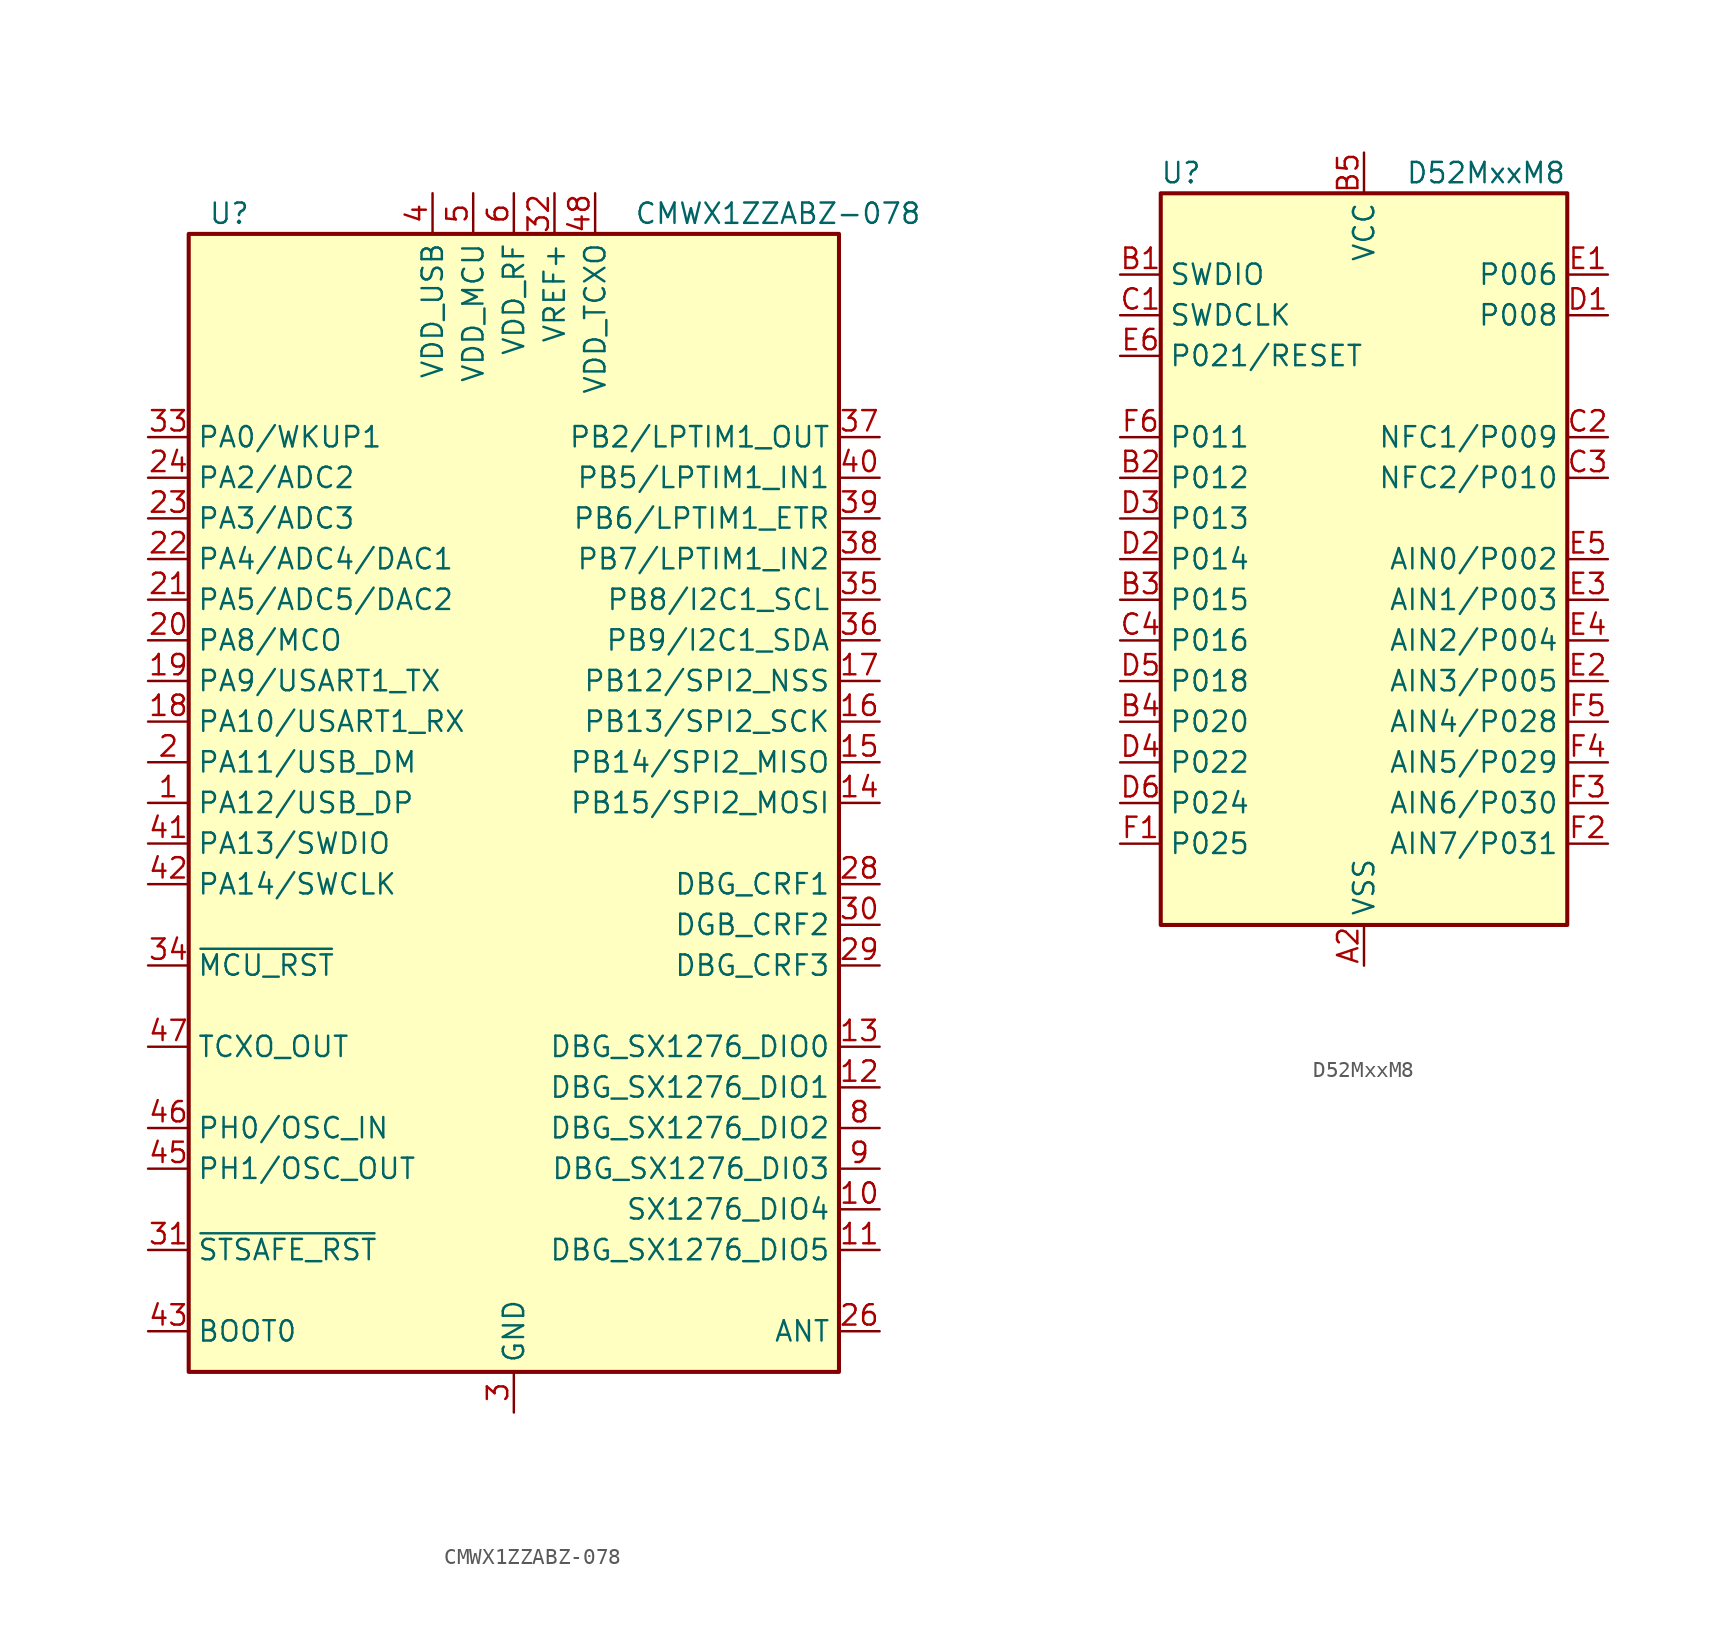
<source format=kicad_sym>
(kicad_symbol_lib
  (version 20211014)
  (generator kicad_symbol_editor)
  (symbol "CMWX1ZZABZ-078"
    (property "Reference" "U"
      (at -17.78 36.83 0)
      (effects (font (size 1.27 1.27))))
    (property "Value" "CMWX1ZZABZ-078"
      (at 16.51 36.83 0)
      (effects (font (size 1.27 1.27))))
    (symbol "CMWX1ZZABZ-078_0_1"
      (rectangle (start -20.32 35.56) (end 20.32 -35.56) (stroke (width 0.254) (type default) (color 0 0 0 0)) (fill (type background))))
    (symbol "CMWX1ZZABZ-078_1_1"
      (pin bidirectional line (at -22.86 0 0) (length 2.54) (name "PA12/USB_DP" (effects (font (size 1.27 1.27)))) (number "1" (effects (font (size 1.27 1.27)))))
      (pin bidirectional line (at 22.86 -25.4 180) (length 2.54) (name "SX1276_DIO4" (effects (font (size 1.27 1.27)))) (number "10" (effects (font (size 1.27 1.27)))))
      (pin bidirectional line (at 22.86 -27.94 180) (length 2.54) (name "DBG_SX1276_DIO5" (effects (font (size 1.27 1.27)))) (number "11" (effects (font (size 1.27 1.27)))))
      (pin bidirectional line (at 22.86 -17.78 180) (length 2.54) (name "DBG_SX1276_DIO1" (effects (font (size 1.27 1.27)))) (number "12" (effects (font (size 1.27 1.27)))))
      (pin bidirectional line (at 22.86 -15.24 180) (length 2.54) (name "DBG_SX1276_DIO0" (effects (font (size 1.27 1.27)))) (number "13" (effects (font (size 1.27 1.27)))))
      (pin bidirectional line (at 22.86 0 180) (length 2.54) (name "PB15/SPI2_MOSI" (effects (font (size 1.27 1.27)))) (number "14" (effects (font (size 1.27 1.27)))))
      (pin bidirectional line (at 22.86 2.54 180) (length 2.54) (name "PB14/SPI2_MISO" (effects (font (size 1.27 1.27)))) (number "15" (effects (font (size 1.27 1.27)))))
      (pin bidirectional line (at 22.86 5.08 180) (length 2.54) (name "PB13/SPI2_SCK" (effects (font (size 1.27 1.27)))) (number "16" (effects (font (size 1.27 1.27)))))
      (pin bidirectional line (at 22.86 7.62 180) (length 2.54) (name "PB12/SPI2_NSS" (effects (font (size 1.27 1.27)))) (number "17" (effects (font (size 1.27 1.27)))))
      (pin bidirectional line (at -22.86 5.08 0) (length 2.54) (name "PA10/USART1_RX" (effects (font (size 1.27 1.27)))) (number "18" (effects (font (size 1.27 1.27)))))
      (pin bidirectional line (at -22.86 7.62 0) (length 2.54) (name "PA9/USART1_TX" (effects (font (size 1.27 1.27)))) (number "19" (effects (font (size 1.27 1.27)))))
      (pin bidirectional line (at -22.86 2.54 0) (length 2.54) (name "PA11/USB_DM" (effects (font (size 1.27 1.27)))) (number "2" (effects (font (size 1.27 1.27)))))
      (pin bidirectional line (at -22.86 10.16 0) (length 2.54) (name "PA8/MCO" (effects (font (size 1.27 1.27)))) (number "20" (effects (font (size 1.27 1.27)))))
      (pin bidirectional line (at -22.86 12.7 0) (length 2.54) (name "PA5/ADC5/DAC2" (effects (font (size 1.27 1.27)))) (number "21" (effects (font (size 1.27 1.27)))))
      (pin bidirectional line (at -22.86 15.24 0) (length 2.54) (name "PA4/ADC4/DAC1" (effects (font (size 1.27 1.27)))) (number "22" (effects (font (size 1.27 1.27)))))
      (pin bidirectional line (at -22.86 17.78 0) (length 2.54) (name "PA3/ADC3" (effects (font (size 1.27 1.27)))) (number "23" (effects (font (size 1.27 1.27)))))
      (pin bidirectional line (at -22.86 20.32 0) (length 2.54) (name "PA2/ADC2" (effects (font (size 1.27 1.27)))) (number "24" (effects (font (size 1.27 1.27)))))
      (pin passive line (at 0 -38.1 90) (length 2.54) hide (name "GND" (effects (font (size 1.27 1.27)))) (number "25" (effects (font (size 1.27 1.27)))))
      (pin passive line (at 22.86 -33.02 180) (length 2.54) (name "ANT" (effects (font (size 1.27 1.27)))) (number "26" (effects (font (size 1.27 1.27)))))
      (pin passive line (at 0 -38.1 90) (length 2.54) hide (name "GND" (effects (font (size 1.27 1.27)))) (number "27" (effects (font (size 1.27 1.27)))))
      (pin passive line (at 22.86 -5.08 180) (length 2.54) (name "DBG_CRF1" (effects (font (size 1.27 1.27)))) (number "28" (effects (font (size 1.27 1.27)))))
      (pin passive line (at 22.86 -10.16 180) (length 2.54) (name "DBG_CRF3" (effects (font (size 1.27 1.27)))) (number "29" (effects (font (size 1.27 1.27)))))
      (pin power_in line (at 0 -38.1 90) (length 2.54) (name "GND" (effects (font (size 1.27 1.27)))) (number "3" (effects (font (size 1.27 1.27)))))
      (pin passive line (at 22.86 -7.62 180) (length 2.54) (name "DGB_CRF2" (effects (font (size 1.27 1.27)))) (number "30" (effects (font (size 1.27 1.27)))))
      (pin passive line (at -22.86 -27.94 0) (length 2.54) (name "~{STSAFE_RST}" (effects (font (size 1.27 1.27)))) (number "31" (effects (font (size 1.27 1.27)))))
      (pin power_in line (at 2.54 38.1 270) (length 2.54) (name "VREF+" (effects (font (size 1.27 1.27)))) (number "32" (effects (font (size 1.27 1.27)))))
      (pin bidirectional line (at -22.86 22.86 0) (length 2.54) (name "PA0/WKUP1" (effects (font (size 1.27 1.27)))) (number "33" (effects (font (size 1.27 1.27)))))
      (pin input line (at -22.86 -10.16 0) (length 2.54) (name "~{MCU_RST}" (effects (font (size 1.27 1.27)))) (number "34" (effects (font (size 1.27 1.27)))))
      (pin bidirectional line (at 22.86 12.7 180) (length 2.54) (name "PB8/I2C1_SCL" (effects (font (size 1.27 1.27)))) (number "35" (effects (font (size 1.27 1.27)))))
      (pin bidirectional line (at 22.86 10.16 180) (length 2.54) (name "PB9/I2C1_SDA" (effects (font (size 1.27 1.27)))) (number "36" (effects (font (size 1.27 1.27)))))
      (pin bidirectional line (at 22.86 22.86 180) (length 2.54) (name "PB2/LPTIM1_OUT" (effects (font (size 1.27 1.27)))) (number "37" (effects (font (size 1.27 1.27)))))
      (pin bidirectional line (at 22.86 15.24 180) (length 2.54) (name "PB7/LPTIM1_IN2" (effects (font (size 1.27 1.27)))) (number "38" (effects (font (size 1.27 1.27)))))
      (pin bidirectional line (at 22.86 17.78 180) (length 2.54) (name "PB6/LPTIM1_ETR" (effects (font (size 1.27 1.27)))) (number "39" (effects (font (size 1.27 1.27)))))
      (pin power_in line (at -5.08 38.1 270) (length 2.54) (name "VDD_USB" (effects (font (size 1.27 1.27)))) (number "4" (effects (font (size 1.27 1.27)))))
      (pin bidirectional line (at 22.86 20.32 180) (length 2.54) (name "PB5/LPTIM1_IN1" (effects (font (size 1.27 1.27)))) (number "40" (effects (font (size 1.27 1.27)))))
      (pin bidirectional line (at -22.86 -2.54 0) (length 2.54) (name "PA13/SWDIO" (effects (font (size 1.27 1.27)))) (number "41" (effects (font (size 1.27 1.27)))))
      (pin bidirectional line (at -22.86 -5.08 0) (length 2.54) (name "PA14/SWCLK" (effects (font (size 1.27 1.27)))) (number "42" (effects (font (size 1.27 1.27)))))
      (pin input line (at -22.86 -33.02 0) (length 2.54) (name "BOOT0" (effects (font (size 1.27 1.27)))) (number "43" (effects (font (size 1.27 1.27)))))
      (pin passive line (at 0 -38.1 90) (length 2.54) hide (name "GND" (effects (font (size 1.27 1.27)))) (number "44" (effects (font (size 1.27 1.27)))))
      (pin bidirectional line (at -22.86 -22.86 0) (length 2.54) (name "PH1/OSC_OUT" (effects (font (size 1.27 1.27)))) (number "45" (effects (font (size 1.27 1.27)))))
      (pin bidirectional line (at -22.86 -20.32 0) (length 2.54) (name "PH0/OSC_IN" (effects (font (size 1.27 1.27)))) (number "46" (effects (font (size 1.27 1.27)))))
      (pin output line (at -22.86 -15.24 0) (length 2.54) (name "TCXO_OUT" (effects (font (size 1.27 1.27)))) (number "47" (effects (font (size 1.27 1.27)))))
      (pin power_in line (at 5.08 38.1 270) (length 2.54) (name "VDD_TCXO" (effects (font (size 1.27 1.27)))) (number "48" (effects (font (size 1.27 1.27)))))
      (pin passive line (at 0 -38.1 90) (length 2.54) hide (name "GND" (effects (font (size 1.27 1.27)))) (number "49" (effects (font (size 1.27 1.27)))))
      (pin power_in line (at -2.54 38.1 270) (length 2.54) (name "VDD_MCU" (effects (font (size 1.27 1.27)))) (number "5" (effects (font (size 1.27 1.27)))))
      (pin passive line (at 0 -38.1 90) (length 2.54) hide (name "GND" (effects (font (size 1.27 1.27)))) (number "50" (effects (font (size 1.27 1.27)))))
      (pin passive line (at 0 -38.1 90) (length 2.54) hide (name "GND" (effects (font (size 1.27 1.27)))) (number "51" (effects (font (size 1.27 1.27)))))
      (pin passive line (at 0 -38.1 90) (length 2.54) hide (name "GND" (effects (font (size 1.27 1.27)))) (number "52" (effects (font (size 1.27 1.27)))))
      (pin passive line (at 0 -38.1 90) (length 2.54) hide (name "GND" (effects (font (size 1.27 1.27)))) (number "53" (effects (font (size 1.27 1.27)))))
      (pin passive line (at 0 -38.1 90) (length 2.54) hide (name "GND" (effects (font (size 1.27 1.27)))) (number "54" (effects (font (size 1.27 1.27)))))
      (pin passive line (at 0 -38.1 90) (length 2.54) hide (name "GND" (effects (font (size 1.27 1.27)))) (number "55" (effects (font (size 1.27 1.27)))))
      (pin passive line (at 0 -38.1 90) (length 2.54) hide (name "GND" (effects (font (size 1.27 1.27)))) (number "56" (effects (font (size 1.27 1.27)))))
      (pin passive line (at 0 -38.1 90) (length 2.54) hide (name "GND" (effects (font (size 1.27 1.27)))) (number "57" (effects (font (size 1.27 1.27)))))
      (pin power_in line (at 0 38.1 270) (length 2.54) (name "VDD_RF" (effects (font (size 1.27 1.27)))) (number "6" (effects (font (size 1.27 1.27)))))
      (pin passive line (at 0 -38.1 90) (length 2.54) hide (name "GND" (effects (font (size 1.27 1.27)))) (number "7" (effects (font (size 1.27 1.27)))))
      (pin bidirectional line (at 22.86 -20.32 180) (length 2.54) (name "DBG_SX1276_DIO2" (effects (font (size 1.27 1.27)))) (number "8" (effects (font (size 1.27 1.27)))))
      (pin bidirectional line (at 22.86 -22.86 180) (length 2.54) (name "DBG_SX1276_DI03" (effects (font (size 1.27 1.27)))) (number "9" (effects (font (size 1.27 1.27)))))))
  (symbol "D52MxxM8"
    (property "Reference" "U"
      (at -11.43 24.13 0)
      (effects (font (size 1.27 1.27))))
    (property "Value" "D52MxxM8"
      (at 7.62 24.13 0)
      (effects (font (size 1.27 1.27))))
    (symbol "D52MxxM8_0_1"
      (rectangle (start -12.7 22.86) (end 12.7 -22.86) (stroke (width 0.254) (type default) (color 0 0 0 0)) (fill (type background))))
    (symbol "D52MxxM8_1_1"
      (pin power_in line (at 0 -25.4 90) (length 2.54) (name "VSS" (effects (font (size 1.27 1.27)))) (number "A2" (effects (font (size 1.27 1.27)))))
      (pin passive line (at 0 -25.4 90) (length 2.54) hide (name "VSS" (effects (font (size 1.27 1.27)))) (number "A3" (effects (font (size 1.27 1.27)))))
      (pin passive line (at 0 -25.4 90) (length 2.54) hide (name "VSS" (effects (font (size 1.27 1.27)))) (number "A4" (effects (font (size 1.27 1.27)))))
      (pin passive line (at 0 -25.4 90) (length 2.54) hide (name "VSS" (effects (font (size 1.27 1.27)))) (number "A5" (effects (font (size 1.27 1.27)))))
      (pin passive line (at 0 -25.4 90) (length 2.54) hide (name "VSS" (effects (font (size 1.27 1.27)))) (number "A6" (effects (font (size 1.27 1.27)))))
      (pin bidirectional line (at -15.24 17.78 0) (length 2.54) (name "SWDIO" (effects (font (size 1.27 1.27)))) (number "B1" (effects (font (size 1.27 1.27)))))
      (pin bidirectional line (at -15.24 5.08 0) (length 2.54) (name "P012" (effects (font (size 1.27 1.27)))) (number "B2" (effects (font (size 1.27 1.27)))))
      (pin bidirectional line (at -15.24 -2.54 0) (length 2.54) (name "P015" (effects (font (size 1.27 1.27)))) (number "B3" (effects (font (size 1.27 1.27)))))
      (pin bidirectional line (at -15.24 -10.16 0) (length 2.54) (name "P020" (effects (font (size 1.27 1.27)))) (number "B4" (effects (font (size 1.27 1.27)))))
      (pin power_in line (at 0 25.4 270) (length 2.54) (name "VCC" (effects (font (size 1.27 1.27)))) (number "B5" (effects (font (size 1.27 1.27)))))
      (pin passive line (at 0 25.4 270) (length 2.54) hide (name "VCC" (effects (font (size 1.27 1.27)))) (number "B6" (effects (font (size 1.27 1.27)))))
      (pin input line (at -15.24 15.24 0) (length 2.54) (name "SWDCLK" (effects (font (size 1.27 1.27)))) (number "C1" (effects (font (size 1.27 1.27)))))
      (pin bidirectional line (at 15.24 7.62 180) (length 2.54) (name "NFC1/P009" (effects (font (size 1.27 1.27)))) (number "C2" (effects (font (size 1.27 1.27)))))
      (pin bidirectional line (at 15.24 5.08 180) (length 2.54) (name "NFC2/P010" (effects (font (size 1.27 1.27)))) (number "C3" (effects (font (size 1.27 1.27)))))
      (pin bidirectional line (at -15.24 -5.08 0) (length 2.54) (name "P016" (effects (font (size 1.27 1.27)))) (number "C4" (effects (font (size 1.27 1.27)))))
      (pin passive line (at 0 25.4 270) (length 2.54) hide (name "VCC" (effects (font (size 1.27 1.27)))) (number "C5" (effects (font (size 1.27 1.27)))))
      (pin passive line (at 0 25.4 270) (length 2.54) hide (name "VCC" (effects (font (size 1.27 1.27)))) (number "C6" (effects (font (size 1.27 1.27)))))
      (pin bidirectional line (at 15.24 15.24 180) (length 2.54) (name "P008" (effects (font (size 1.27 1.27)))) (number "D1" (effects (font (size 1.27 1.27)))))
      (pin bidirectional line (at -15.24 0 0) (length 2.54) (name "P014" (effects (font (size 1.27 1.27)))) (number "D2" (effects (font (size 1.27 1.27)))))
      (pin bidirectional line (at -15.24 2.54 0) (length 2.54) (name "P013" (effects (font (size 1.27 1.27)))) (number "D3" (effects (font (size 1.27 1.27)))))
      (pin bidirectional line (at -15.24 -12.7 0) (length 2.54) (name "P022" (effects (font (size 1.27 1.27)))) (number "D4" (effects (font (size 1.27 1.27)))))
      (pin bidirectional line (at -15.24 -7.62 0) (length 2.54) (name "P018" (effects (font (size 1.27 1.27)))) (number "D5" (effects (font (size 1.27 1.27)))))
      (pin bidirectional line (at -15.24 -15.24 0) (length 2.54) (name "P024" (effects (font (size 1.27 1.27)))) (number "D6" (effects (font (size 1.27 1.27)))))
      (pin bidirectional line (at 15.24 17.78 180) (length 2.54) (name "P006" (effects (font (size 1.27 1.27)))) (number "E1" (effects (font (size 1.27 1.27)))))
      (pin bidirectional line (at 15.24 -7.62 180) (length 2.54) (name "AIN3/P005" (effects (font (size 1.27 1.27)))) (number "E2" (effects (font (size 1.27 1.27)))))
      (pin bidirectional line (at 15.24 -2.54 180) (length 2.54) (name "AIN1/P003" (effects (font (size 1.27 1.27)))) (number "E3" (effects (font (size 1.27 1.27)))))
      (pin bidirectional line (at 15.24 -5.08 180) (length 2.54) (name "AIN2/P004" (effects (font (size 1.27 1.27)))) (number "E4" (effects (font (size 1.27 1.27)))))
      (pin bidirectional line (at 15.24 0 180) (length 2.54) (name "AIN0/P002" (effects (font (size 1.27 1.27)))) (number "E5" (effects (font (size 1.27 1.27)))))
      (pin bidirectional line (at -15.24 12.7 0) (length 2.54) (name "P021/RESET" (effects (font (size 1.27 1.27)))) (number "E6" (effects (font (size 1.27 1.27)))))
      (pin bidirectional line (at -15.24 -17.78 0) (length 2.54) (name "P025" (effects (font (size 1.27 1.27)))) (number "F1" (effects (font (size 1.27 1.27)))))
      (pin bidirectional line (at 15.24 -17.78 180) (length 2.54) (name "AIN7/P031" (effects (font (size 1.27 1.27)))) (number "F2" (effects (font (size 1.27 1.27)))))
      (pin bidirectional line (at 15.24 -15.24 180) (length 2.54) (name "AIN6/P030" (effects (font (size 1.27 1.27)))) (number "F3" (effects (font (size 1.27 1.27)))))
      (pin bidirectional line (at 15.24 -12.7 180) (length 2.54) (name "AIN5/P029" (effects (font (size 1.27 1.27)))) (number "F4" (effects (font (size 1.27 1.27)))))
      (pin bidirectional line (at 15.24 -10.16 180) (length 2.54) (name "AIN4/P028" (effects (font (size 1.27 1.27)))) (number "F5" (effects (font (size 1.27 1.27)))))
      (pin bidirectional line (at -15.24 7.62 0) (length 2.54) (name "P011" (effects (font (size 1.27 1.27)))) (number "F6" (effects (font (size 1.27 1.27))))))))
</source>
